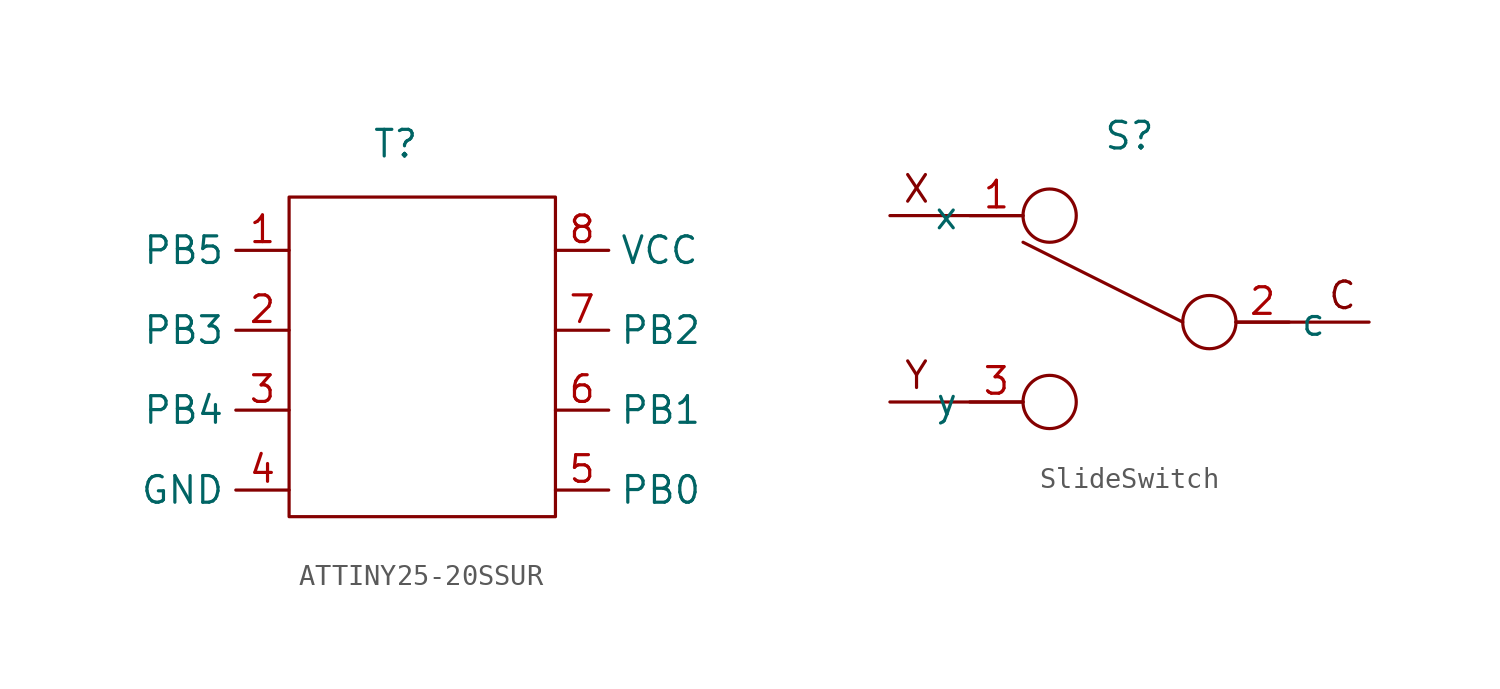
<source format=kicad_sym>
(kicad_symbol_lib
  (version 20220914)
  (generator kicad_symbol_editor)
  (symbol "ATTINY25-20SSUR"
    (property "Reference" "T"
      (at -1.27 1.27 0)
      (effects (font (size 1.27 1.27))))
    (property "Value" ""
      (at 0 0 0)
      (effects (font (size 1.27 1.27))))
    (symbol "ATTINY25-20SSUR_0_1"
      (rectangle (start -6.35 -1.27) (end 6.35 -16.51) (stroke (width 0) (type default)) (fill (type none))))
    (symbol "ATTINY25-20SSUR_1_1"
      (pin bidirectional line (at -6.35 -3.81 180) (length 2.54) (name "PB5" (effects (font (size 1.27 1.27)))) (number "1" (effects (font (size 1.27 1.27)))))
      (pin bidirectional line (at -6.35 -7.62 180) (length 2.54) (name "PB3" (effects (font (size 1.27 1.27)))) (number "2" (effects (font (size 1.27 1.27)))))
      (pin bidirectional line (at -6.35 -11.43 180) (length 2.54) (name "PB4" (effects (font (size 1.27 1.27)))) (number "3" (effects (font (size 1.27 1.27)))))
      (pin bidirectional line (at -6.35 -15.24 180) (length 2.54) (name "GND" (effects (font (size 1.27 1.27)))) (number "4" (effects (font (size 1.27 1.27)))))
      (pin bidirectional line (at 6.35 -15.24 0) (length 2.54) (name "PB0" (effects (font (size 1.27 1.27)))) (number "5" (effects (font (size 1.27 1.27)))))
      (pin bidirectional line (at 6.35 -11.43 0) (length 2.54) (name "PB1" (effects (font (size 1.27 1.27)))) (number "6" (effects (font (size 1.27 1.27)))))
      (pin bidirectional line (at 6.35 -7.62 0) (length 2.54) (name "PB2" (effects (font (size 1.27 1.27)))) (number "7" (effects (font (size 1.27 1.27)))))
      (pin bidirectional line (at 6.35 -3.81 0) (length 2.54) (name "VCC" (effects (font (size 1.27 1.27)))) (number "8" (effects (font (size 1.27 1.27)))))))
  (symbol "SlideSwitch"
    (property "Reference" "S"
      (at 0 0 0)
      (effects (font (size 1.27 1.27))))
    (property "Value" ""
      (at 0 0 0)
      (effects (font (size 1.27 1.27))))
    (symbol "SlideSwitch_0_1"
      (circle (center -3.81 -12.7) (radius 1.27) (stroke (width 0) (type default)) (fill (type none)))
      (circle (center -3.81 -3.81) (radius 1.27) (stroke (width 0) (type default)) (fill (type none)))
      (polyline (pts (xy -5.08 -3.81) (xy -11.43 -3.81)) (stroke (width 0) (type default)) (fill (type none)))
      (polyline (pts (xy 2.54 -8.89) (xy -5.08 -5.08)) (stroke (width 0) (type default)) (fill (type none)))
      (polyline (pts (xy 5.08 -8.89) (xy 11.43 -8.89)) (stroke (width 0) (type default)) (fill (type none)))
      (polyline (pts (xy -5.08 -12.7) (xy -11.43 -12.7) (xy -10.16 -12.7)) (stroke (width 0) (type default)) (fill (type none)))
      (circle (center 3.81 -8.89) (radius 1.27) (stroke (width 0) (type default)) (fill (type none))))
    (symbol "SlideSwitch_1_1"
      (text "C" (at 10.16 -7.62 0) (effects (font (size 1.27 1.27))))
      (text "X" (at -10.16 -2.54 0) (effects (font (size 1.27 1.27))))
      (text "Y" (at -10.16 -11.43 0) (effects (font (size 1.27 1.27))))
      (pin bidirectional line (at -5.08 -3.81 180) (length 2.54) (name "x" (effects (font (size 1.27 1.27)))) (number "1" (effects (font (size 1.27 1.27)))))
      (pin bidirectional line (at 5.08 -8.89 0) (length 2.54) (name "c" (effects (font (size 1.27 1.27)))) (number "2" (effects (font (size 1.27 1.27)))))
      (pin bidirectional line (at -5.08 -12.7 180) (length 2.54) (name "y" (effects (font (size 1.27 1.27)))) (number "3" (effects (font (size 1.27 1.27))))))))
</source>
